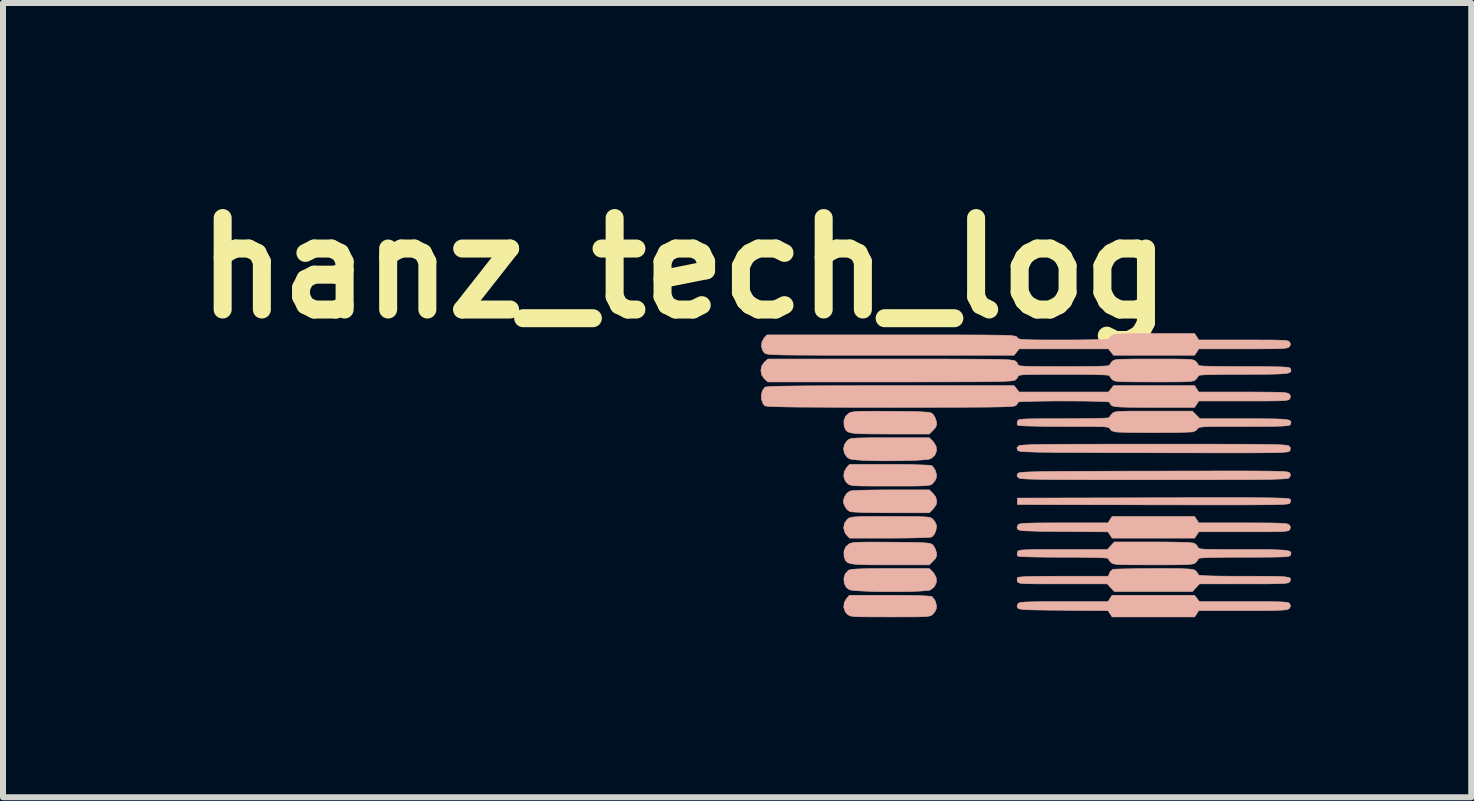
<source format=kicad_pcb>
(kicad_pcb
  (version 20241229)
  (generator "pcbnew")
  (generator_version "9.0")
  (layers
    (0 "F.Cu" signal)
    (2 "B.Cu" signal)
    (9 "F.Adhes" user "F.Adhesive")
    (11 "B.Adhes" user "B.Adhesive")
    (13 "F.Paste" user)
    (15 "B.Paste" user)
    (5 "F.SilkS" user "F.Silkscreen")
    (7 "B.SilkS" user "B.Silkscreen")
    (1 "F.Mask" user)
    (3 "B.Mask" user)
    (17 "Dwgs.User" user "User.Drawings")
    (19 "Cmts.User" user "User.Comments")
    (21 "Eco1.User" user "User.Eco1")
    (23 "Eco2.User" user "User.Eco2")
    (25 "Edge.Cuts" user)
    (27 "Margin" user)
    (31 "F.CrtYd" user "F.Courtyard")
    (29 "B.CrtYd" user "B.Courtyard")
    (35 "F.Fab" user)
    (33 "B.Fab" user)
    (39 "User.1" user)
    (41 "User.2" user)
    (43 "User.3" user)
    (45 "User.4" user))
  (footprint "hanz_tech_log"
    (layer "F.Cu")
    (at 10.609 3.737)
    (property "Reference" "hanz_tech_log" (at -2.256 -2.319 180) (layer "F.SilkS") (effects (font (size 1.524 1.524) (thickness 0.3))))
    (attr through_hole)
    (fp_poly (pts (xy 1.016 1.377) (xy 0.858 1.379) (xy 0.722 1.382) (xy 0.615 1.386) (xy 0.54 1.391) (xy 0.502 1.397) (xy 0.502 1.397) (xy 0.452 1.434) (xy 0.415 1.492) (xy 0.396 1.549) (xy 0.399 1.595) (xy 0.415 1.641) (xy 0.454 1.701) (xy 0.502 1.736) (xy 0.538 1.742) (xy 0.612 1.747) (xy 0.718 1.751) (xy 0.853 1.754) (xy 1.011 1.756) (xy 1.186 1.757) (xy 1.192 1.757) (xy 1.827 1.757) (xy 1.889 1.695) (xy 1.939 1.624) (xy 1.951 1.566) (xy 1.932 1.493) (xy 1.889 1.438) (xy 1.827 1.376) (xy 1.192 1.376) (xy 1.016 1.377)) (stroke (width 0.01) (type solid)) (fill yes) (layer "B.SilkS"))
    (fp_poly (pts (xy 0.985 2.688) (xy 0.834 2.689) (xy 0.716 2.691) (xy 0.627 2.694) (xy 0.562 2.699) (xy 0.518 2.705) (xy 0.49 2.712) (xy 0.476 2.72) (xy 0.425 2.778) (xy 0.403 2.852) (xy 0.409 2.929) (xy 0.442 2.997) (xy 0.49 3.037) (xy 0.53 3.047) (xy 0.606 3.055) (xy 0.71 3.061) (xy 0.836 3.066) (xy 0.978 3.07) (xy 1.128 3.071) (xy 1.28 3.071) (xy 1.426 3.07) (xy 1.562 3.067) (xy 1.678 3.062) (xy 1.77 3.055) (xy 1.829 3.047) (xy 1.845 3.042) (xy 1.911 2.988) (xy 1.944 2.917) (xy 1.941 2.839) (xy 1.902 2.764) (xy 1.889 2.75) (xy 1.827 2.688) (xy 1.174 2.688) (xy 0.985 2.688)) (stroke (width 0.01) (type solid)) (fill yes) (layer "B.SilkS"))
    (fp_poly (pts (xy 0.987 0.508) (xy 0.841 0.508) (xy 0.727 0.51) (xy 0.642 0.512) (xy 0.579 0.515) (xy 0.536 0.52) (xy 0.506 0.527) (xy 0.485 0.536) (xy 0.468 0.548) (xy 0.459 0.556) (xy 0.413 0.62) (xy 0.398 0.695) (xy 0.414 0.77) (xy 0.459 0.832) (xy 0.503 0.859) (xy 0.548 0.869) (xy 0.629 0.877) (xy 0.737 0.884) (xy 0.866 0.888) (xy 1.01 0.891) (xy 1.161 0.891) (xy 1.312 0.89) (xy 1.457 0.887) (xy 1.59 0.883) (xy 1.703 0.877) (xy 1.789 0.869) (xy 1.842 0.859) (xy 1.852 0.855) (xy 1.917 0.8) (xy 1.946 0.728) (xy 1.94 0.651) (xy 1.896 0.577) (xy 1.889 0.57) (xy 1.827 0.508) (xy 1.171 0.508) (xy 0.987 0.508)) (stroke (width 0.01) (type solid)) (fill yes) (layer "B.SilkS"))
    (fp_poly (pts (xy 6.624 1.506) (xy 6.354 1.506) (xy 6.048 1.507) (xy 5.703 1.508) (xy 5.563 1.508) (xy 3.295 1.513) (xy 3.295 1.619) (xy 5.552 1.625) (xy 5.917 1.625) (xy 6.243 1.626) (xy 6.53 1.626) (xy 6.782 1.626) (xy 7 1.626) (xy 7.187 1.625) (xy 7.345 1.624) (xy 7.476 1.623) (xy 7.583 1.621) (xy 7.668 1.618) (xy 7.732 1.616) (xy 7.779 1.612) (xy 7.81 1.609) (xy 7.827 1.604) (xy 7.833 1.601) (xy 7.848 1.558) (xy 7.844 1.537) (xy 7.84 1.532) (xy 7.829 1.527) (xy 7.809 1.523) (xy 7.779 1.519) (xy 7.735 1.516) (xy 7.675 1.513) (xy 7.598 1.511) (xy 7.5 1.509) (xy 7.38 1.508) (xy 7.234 1.507) (xy 7.061 1.506) (xy 6.858 1.506) (xy 6.624 1.506)) (stroke (width 0.01) (type solid)) (fill yes) (layer "B.SilkS"))
    (fp_poly (pts (xy 0.45 1.004) (xy 0.409 1.074) (xy 0.401 1.154) (xy 0.427 1.228) (xy 0.458 1.264) (xy 0.474 1.277) (xy 0.492 1.288) (xy 0.516 1.296) (xy 0.551 1.303) (xy 0.601 1.307) (xy 0.672 1.31) (xy 0.768 1.311) (xy 0.893 1.312) (xy 1.054 1.312) (xy 1.176 1.312) (xy 1.361 1.312) (xy 1.508 1.312) (xy 1.623 1.311) (xy 1.709 1.308) (xy 1.771 1.305) (xy 1.815 1.3) (xy 1.845 1.293) (xy 1.864 1.284) (xy 1.879 1.273) (xy 1.883 1.269) (xy 1.923 1.219) (xy 1.943 1.174) (xy 1.943 1.109) (xy 1.921 1.04) (xy 1.883 0.986) (xy 1.865 0.973) (xy 1.834 0.967) (xy 1.765 0.963) (xy 1.663 0.959) (xy 1.533 0.956) (xy 1.378 0.953) (xy 1.204 0.953) (xy 1.162 0.953) (xy 0.498 0.953) (xy 0.45 1.004)) (stroke (width 0.01) (type solid)) (fill yes) (layer "B.SilkS"))
    (fp_poly (pts (xy 0.45 3.184) (xy 0.409 3.255) (xy 0.401 3.334) (xy 0.427 3.408) (xy 0.458 3.444) (xy 0.474 3.458) (xy 0.492 3.468) (xy 0.516 3.477) (xy 0.551 3.483) (xy 0.601 3.487) (xy 0.672 3.49) (xy 0.768 3.491) (xy 0.893 3.492) (xy 1.054 3.492) (xy 1.176 3.493) (xy 1.361 3.492) (xy 1.508 3.492) (xy 1.623 3.491) (xy 1.709 3.489) (xy 1.771 3.485) (xy 1.815 3.48) (xy 1.845 3.473) (xy 1.864 3.464) (xy 1.879 3.453) (xy 1.883 3.45) (xy 1.923 3.399) (xy 1.943 3.354) (xy 1.943 3.289) (xy 1.921 3.22) (xy 1.883 3.166) (xy 1.865 3.153) (xy 1.834 3.148) (xy 1.765 3.143) (xy 1.663 3.139) (xy 1.533 3.136) (xy 1.378 3.134) (xy 1.204 3.133) (xy 1.162 3.133) (xy 0.498 3.133) (xy 0.45 3.184)) (stroke (width 0.01) (type solid)) (fill yes) (layer "B.SilkS"))
    (fp_poly (pts (xy 0.991 1.82) (xy 0.844 1.821) (xy 0.73 1.822) (xy 0.644 1.824) (xy 0.581 1.827) (xy 0.537 1.832) (xy 0.507 1.839) (xy 0.485 1.848) (xy 0.469 1.86) (xy 0.458 1.869) (xy 0.413 1.933) (xy 0.4 2.011) (xy 0.421 2.088) (xy 0.45 2.129) (xy 0.498 2.18) (xy 1.166 2.18) (xy 1.34 2.179) (xy 1.497 2.177) (xy 1.633 2.174) (xy 1.742 2.17) (xy 1.821 2.166) (xy 1.864 2.161) (xy 1.869 2.159) (xy 1.909 2.116) (xy 1.937 2.05) (xy 1.946 1.982) (xy 1.943 1.959) (xy 1.917 1.905) (xy 1.883 1.863) (xy 1.869 1.851) (xy 1.851 1.842) (xy 1.824 1.834) (xy 1.785 1.829) (xy 1.728 1.825) (xy 1.649 1.823) (xy 1.543 1.821) (xy 1.405 1.821) (xy 1.231 1.82) (xy 1.176 1.82) (xy 0.991 1.82)) (stroke (width 0.01) (type solid)) (fill yes) (layer "B.SilkS"))
    (fp_poly (pts (xy 0.747 0.067) (xy 0.658 0.069) (xy 0.593 0.073) (xy 0.547 0.078) (xy 0.514 0.086) (xy 0.492 0.095) (xy 0.434 0.146) (xy 0.404 0.22) (xy 0.406 0.304) (xy 0.412 0.323) (xy 0.424 0.356) (xy 0.438 0.382) (xy 0.46 0.402) (xy 0.493 0.418) (xy 0.542 0.429) (xy 0.611 0.436) (xy 0.705 0.441) (xy 0.828 0.443) (xy 0.985 0.444) (xy 1.174 0.445) (xy 1.827 0.445) (xy 1.892 0.38) (xy 1.933 0.332) (xy 1.948 0.29) (xy 1.944 0.238) (xy 1.923 0.174) (xy 1.89 0.12) (xy 1.888 0.118) (xy 1.874 0.105) (xy 1.856 0.095) (xy 1.83 0.088) (xy 1.79 0.082) (xy 1.733 0.078) (xy 1.653 0.074) (xy 1.545 0.072) (xy 1.405 0.07) (xy 1.229 0.068) (xy 1.2 0.068) (xy 1.013 0.066) (xy 0.863 0.066) (xy 0.747 0.067)) (stroke (width 0.01) (type solid)) (fill yes) (layer "B.SilkS"))
    (fp_poly (pts (xy 0.747 2.247) (xy 0.658 2.249) (xy 0.593 2.253) (xy 0.547 2.258) (xy 0.514 2.266) (xy 0.492 2.275) (xy 0.434 2.326) (xy 0.404 2.401) (xy 0.406 2.484) (xy 0.412 2.503) (xy 0.424 2.536) (xy 0.438 2.562) (xy 0.46 2.582) (xy 0.493 2.598) (xy 0.542 2.609) (xy 0.611 2.617) (xy 0.705 2.621) (xy 0.828 2.624) (xy 0.985 2.625) (xy 1.174 2.625) (xy 1.827 2.625) (xy 1.892 2.56) (xy 1.933 2.512) (xy 1.948 2.47) (xy 1.944 2.419) (xy 1.923 2.354) (xy 1.89 2.301) (xy 1.888 2.298) (xy 1.874 2.285) (xy 1.856 2.276) (xy 1.83 2.268) (xy 1.79 2.262) (xy 1.733 2.258) (xy 1.653 2.255) (xy 1.545 2.252) (xy 1.405 2.25) (xy 1.229 2.248) (xy 1.2 2.248) (xy 1.013 2.247) (xy 0.863 2.246) (xy 0.747 2.247)) (stroke (width 0.01) (type solid)) (fill yes) (layer "B.SilkS"))
    (fp_poly (pts (xy 4.838 1.873) (xy 4.804 1.926) (xy 4.068 1.926) (xy 3.869 1.926) (xy 3.709 1.927) (xy 3.583 1.928) (xy 3.486 1.931) (xy 3.415 1.934) (xy 3.365 1.938) (xy 3.333 1.944) (xy 3.314 1.952) (xy 3.304 1.96) (xy 3.288 2) (xy 3.299 2.028) (xy 3.308 2.038) (xy 3.326 2.046) (xy 3.356 2.052) (xy 3.403 2.057) (xy 3.472 2.06) (xy 3.565 2.063) (xy 3.687 2.066) (xy 3.843 2.067) (xy 4.037 2.069) (xy 4.063 2.069) (xy 4.804 2.075) (xy 4.839 2.128) (xy 4.873 2.18) (xy 6.247 2.18) (xy 6.282 2.127) (xy 6.316 2.074) (xy 7.065 2.074) (xy 7.262 2.074) (xy 7.422 2.074) (xy 7.548 2.073) (xy 7.644 2.071) (xy 7.715 2.068) (xy 7.765 2.064) (xy 7.797 2.059) (xy 7.817 2.052) (xy 7.829 2.043) (xy 7.835 2.033) (xy 7.844 1.991) (xy 7.823 1.959) (xy 7.81 1.95) (xy 7.787 1.943) (xy 7.75 1.938) (xy 7.695 1.933) (xy 7.617 1.93) (xy 7.513 1.928) (xy 7.378 1.927) (xy 7.208 1.926) (xy 7.053 1.926) (xy 6.316 1.926) (xy 6.282 1.873) (xy 6.247 1.82) (xy 4.873 1.82) (xy 4.838 1.873)) (stroke (width 0.01) (type solid)) (fill yes) (layer "B.SilkS"))
    (fp_poly (pts (xy 4.838 3.186) (xy 4.804 3.239) (xy 4.068 3.239) (xy 3.869 3.239) (xy 3.709 3.239) (xy 3.583 3.241) (xy 3.486 3.243) (xy 3.415 3.246) (xy 3.365 3.251) (xy 3.333 3.257) (xy 3.314 3.264) (xy 3.304 3.272) (xy 3.288 3.313) (xy 3.299 3.341) (xy 3.308 3.35) (xy 3.326 3.358) (xy 3.356 3.364) (xy 3.403 3.369) (xy 3.472 3.373) (xy 3.565 3.376) (xy 3.687 3.378) (xy 3.843 3.38) (xy 4.037 3.381) (xy 4.063 3.382) (xy 4.804 3.387) (xy 4.839 3.44) (xy 4.873 3.493) (xy 6.247 3.493) (xy 6.282 3.44) (xy 6.316 3.387) (xy 7.053 3.387) (xy 7.252 3.386) (xy 7.413 3.386) (xy 7.541 3.384) (xy 7.638 3.382) (xy 7.71 3.379) (xy 7.76 3.374) (xy 7.794 3.368) (xy 7.814 3.36) (xy 7.823 3.353) (xy 7.845 3.315) (xy 7.835 3.279) (xy 7.827 3.269) (xy 7.815 3.26) (xy 7.793 3.253) (xy 7.759 3.248) (xy 7.706 3.244) (xy 7.632 3.241) (xy 7.531 3.24) (xy 7.4 3.239) (xy 7.235 3.239) (xy 7.071 3.239) (xy 6.328 3.239) (xy 6.287 3.186) (xy 6.245 3.133) (xy 4.873 3.133) (xy 4.838 3.186)) (stroke (width 0.01) (type solid)) (fill yes) (layer "B.SilkS"))
    (fp_poly (pts (xy 5.213 0.614) (xy 4.892 0.614) (xy 4.609 0.615) (xy 4.362 0.615) (xy 4.147 0.616) (xy 3.964 0.617) (xy 3.809 0.619) (xy 3.68 0.62) (xy 3.575 0.622) (xy 3.491 0.625) (xy 3.427 0.628) (xy 3.379 0.631) (xy 3.346 0.635) (xy 3.325 0.64) (xy 3.315 0.644) (xy 3.287 0.675) (xy 3.295 0.709) (xy 3.298 0.713) (xy 3.303 0.719) (xy 3.312 0.725) (xy 3.328 0.729) (xy 3.353 0.734) (xy 3.389 0.737) (xy 3.439 0.741) (xy 3.505 0.743) (xy 3.589 0.746) (xy 3.694 0.748) (xy 3.823 0.749) (xy 3.977 0.751) (xy 4.159 0.752) (xy 4.372 0.753) (xy 4.617 0.754) (xy 4.898 0.755) (xy 5.216 0.756) (xy 5.567 0.757) (xy 5.924 0.758) (xy 6.241 0.758) (xy 6.52 0.759) (xy 6.765 0.759) (xy 6.976 0.759) (xy 7.158 0.759) (xy 7.311 0.758) (xy 7.439 0.757) (xy 7.543 0.756) (xy 7.627 0.754) (xy 7.692 0.751) (xy 7.742 0.748) (xy 7.778 0.745) (xy 7.802 0.741) (xy 7.818 0.736) (xy 7.827 0.731) (xy 7.833 0.724) (xy 7.835 0.721) (xy 7.844 0.679) (xy 7.823 0.647) (xy 7.815 0.642) (xy 7.799 0.637) (xy 7.773 0.633) (xy 7.736 0.629) (xy 7.684 0.626) (xy 7.615 0.623) (xy 7.527 0.621) (xy 7.417 0.619) (xy 7.284 0.618) (xy 7.124 0.616) (xy 6.935 0.615) (xy 6.716 0.615) (xy 6.463 0.614) (xy 6.174 0.614) (xy 5.847 0.614) (xy 5.573 0.614) (xy 5.213 0.614)) (stroke (width 0.01) (type solid)) (fill yes) (layer "B.SilkS"))
    (fp_poly (pts (xy 6.644 1.061) (xy 6.382 1.062) (xy 6.083 1.062) (xy 5.746 1.063) (xy 5.567 1.064) (xy 5.209 1.064) (xy 4.892 1.065) (xy 4.612 1.066) (xy 4.367 1.067) (xy 4.155 1.068) (xy 3.974 1.069) (xy 3.82 1.071) (xy 3.692 1.073) (xy 3.587 1.075) (xy 3.503 1.077) (xy 3.438 1.08) (xy 3.388 1.083) (xy 3.352 1.087) (xy 3.328 1.091) (xy 3.312 1.096) (xy 3.303 1.101) (xy 3.298 1.107) (xy 3.287 1.142) (xy 3.31 1.172) (xy 3.315 1.176) (xy 3.327 1.181) (xy 3.348 1.185) (xy 3.382 1.189) (xy 3.431 1.193) (xy 3.496 1.196) (xy 3.582 1.198) (xy 3.688 1.2) (xy 3.819 1.202) (xy 3.976 1.203) (xy 4.162 1.204) (xy 4.379 1.205) (xy 4.629 1.206) (xy 4.914 1.206) (xy 5.238 1.206) (xy 5.573 1.206) (xy 5.931 1.206) (xy 6.248 1.206) (xy 6.528 1.206) (xy 6.772 1.205) (xy 6.984 1.205) (xy 7.165 1.204) (xy 7.319 1.202) (xy 7.446 1.201) (xy 7.55 1.199) (xy 7.633 1.196) (xy 7.698 1.194) (xy 7.746 1.19) (xy 7.781 1.187) (xy 7.804 1.182) (xy 7.817 1.177) (xy 7.823 1.173) (xy 7.845 1.135) (xy 7.835 1.099) (xy 7.83 1.093) (xy 7.823 1.087) (xy 7.811 1.082) (xy 7.791 1.077) (xy 7.761 1.074) (xy 7.718 1.07) (xy 7.661 1.068) (xy 7.586 1.066) (xy 7.492 1.064) (xy 7.376 1.063) (xy 7.236 1.062) (xy 7.068 1.061) (xy 6.872 1.061) (xy 6.644 1.061)) (stroke (width 0.01) (type solid)) (fill yes) (layer "B.SilkS"))
    (fp_poly (pts (xy 5.409 2.689) (xy 5.258 2.69) (xy 5.125 2.692) (xy 5.016 2.694) (xy 4.936 2.697) (xy 4.89 2.7) (xy 4.883 2.702) (xy 4.848 2.731) (xy 4.829 2.765) (xy 4.81 2.815) (xy 4.059 2.815) (xy 3.84 2.816) (xy 3.656 2.818) (xy 3.508 2.82) (xy 3.397 2.824) (xy 3.326 2.83) (xy 3.296 2.836) (xy 3.295 2.837) (xy 3.29 2.872) (xy 3.295 2.9) (xy 3.3 2.911) (xy 3.31 2.92) (xy 3.328 2.927) (xy 3.359 2.933) (xy 3.408 2.937) (xy 3.478 2.939) (xy 3.573 2.941) (xy 3.699 2.942) (xy 3.858 2.942) (xy 4.05 2.942) (xy 4.792 2.942) (xy 4.91 3.069) (xy 6.21 3.069) (xy 6.328 2.942) (xy 7.071 2.942) (xy 7.268 2.942) (xy 7.428 2.942) (xy 7.553 2.94) (xy 7.649 2.938) (xy 7.719 2.936) (xy 7.768 2.931) (xy 7.8 2.926) (xy 7.819 2.919) (xy 7.829 2.91) (xy 7.832 2.905) (xy 7.843 2.882) (xy 7.847 2.864) (xy 7.84 2.849) (xy 7.82 2.837) (xy 7.781 2.829) (xy 7.721 2.823) (xy 7.636 2.819) (xy 7.521 2.817) (xy 7.374 2.816) (xy 7.19 2.815) (xy 7.072 2.815) (xy 6.85 2.815) (xy 6.664 2.813) (xy 6.517 2.81) (xy 6.408 2.806) (xy 6.34 2.801) (xy 6.312 2.795) (xy 6.311 2.794) (xy 6.298 2.765) (xy 6.269 2.731) (xy 6.256 2.719) (xy 6.238 2.709) (xy 6.212 2.702) (xy 6.172 2.697) (xy 6.115 2.693) (xy 6.035 2.69) (xy 5.927 2.689) (xy 5.787 2.688) (xy 5.611 2.688) (xy 5.572 2.688) (xy 5.409 2.689)) (stroke (width 0.01) (type solid)) (fill yes) (layer "B.SilkS"))
    (fp_poly (pts (xy 5.379 0.064) (xy 5.234 0.064) (xy 5.121 0.065) (xy 5.037 0.068) (xy 4.976 0.071) (xy 4.934 0.076) (xy 4.907 0.083) (xy 4.888 0.092) (xy 4.874 0.104) (xy 4.872 0.106) (xy 4.841 0.144) (xy 4.83 0.169) (xy 4.809 0.176) (xy 4.747 0.181) (xy 4.644 0.185) (xy 4.503 0.188) (xy 4.323 0.19) (xy 4.107 0.19) (xy 4.069 0.191) (xy 3.87 0.191) (xy 3.709 0.191) (xy 3.581 0.192) (xy 3.484 0.193) (xy 3.413 0.196) (xy 3.363 0.2) (xy 3.33 0.205) (xy 3.311 0.212) (xy 3.301 0.221) (xy 3.296 0.231) (xy 3.295 0.233) (xy 3.29 0.277) (xy 3.295 0.296) (xy 3.32 0.302) (xy 3.386 0.308) (xy 3.491 0.312) (xy 3.635 0.315) (xy 3.815 0.317) (xy 4.03 0.317) (xy 4.067 0.318) (xy 4.266 0.318) (xy 4.427 0.318) (xy 4.554 0.319) (xy 4.651 0.321) (xy 4.723 0.323) (xy 4.772 0.327) (xy 4.804 0.333) (xy 4.823 0.339) (xy 4.832 0.348) (xy 4.835 0.357) (xy 4.866 0.391) (xy 4.928 0.409) (xy 4.969 0.413) (xy 5.046 0.415) (xy 5.151 0.417) (xy 5.277 0.419) (xy 5.418 0.42) (xy 5.565 0.42) (xy 5.713 0.42) (xy 5.855 0.419) (xy 5.983 0.417) (xy 6.091 0.415) (xy 6.171 0.412) (xy 6.218 0.409) (xy 6.222 0.408) (xy 6.272 0.384) (xy 6.296 0.358) (xy 6.305 0.348) (xy 6.318 0.339) (xy 6.34 0.332) (xy 6.376 0.327) (xy 6.429 0.323) (xy 6.503 0.32) (xy 6.604 0.319) (xy 6.735 0.318) (xy 6.9 0.318) (xy 7.076 0.318) (xy 7.276 0.317) (xy 7.438 0.317) (xy 7.566 0.316) (xy 7.664 0.314) (xy 7.735 0.311) (xy 7.785 0.306) (xy 7.817 0.301) (xy 7.835 0.294) (xy 7.843 0.285) (xy 7.844 0.283) (xy 7.852 0.259) (xy 7.851 0.24) (xy 7.84 0.225) (xy 7.814 0.213) (xy 7.768 0.204) (xy 7.7 0.198) (xy 7.606 0.194) (xy 7.481 0.192) (xy 7.323 0.191) (xy 7.127 0.191) (xy 7.073 0.191) (xy 6.336 0.191) (xy 6.209 0.064) (xy 5.562 0.064) (xy 5.379 0.064)) (stroke (width 0.01) (type solid)) (fill yes) (layer "B.SilkS"))
    (fp_poly (pts (xy 4.792 2.371) (xy 4.05 2.371) (xy 3.854 2.371) (xy 3.695 2.371) (xy 3.57 2.372) (xy 3.476 2.374) (xy 3.406 2.376) (xy 3.358 2.38) (xy 3.327 2.386) (xy 3.309 2.393) (xy 3.3 2.402) (xy 3.295 2.413) (xy 3.29 2.457) (xy 3.295 2.476) (xy 3.32 2.483) (xy 3.386 2.488) (xy 3.491 2.492) (xy 3.635 2.495) (xy 3.814 2.497) (xy 4.029 2.498) (xy 4.058 2.498) (xy 4.279 2.498) (xy 4.462 2.5) (xy 4.608 2.503) (xy 4.715 2.507) (xy 4.782 2.512) (xy 4.808 2.518) (xy 4.809 2.519) (xy 4.822 2.548) (xy 4.851 2.582) (xy 4.865 2.594) (xy 4.882 2.604) (xy 4.908 2.611) (xy 4.947 2.616) (xy 5.004 2.62) (xy 5.083 2.622) (xy 5.19 2.624) (xy 5.328 2.624) (xy 5.503 2.625) (xy 5.56 2.625) (xy 5.746 2.625) (xy 5.894 2.624) (xy 6.009 2.623) (xy 6.096 2.621) (xy 6.159 2.617) (xy 6.203 2.612) (xy 6.232 2.606) (xy 6.251 2.597) (xy 6.265 2.586) (xy 6.269 2.582) (xy 6.3 2.544) (xy 6.311 2.519) (xy 6.332 2.513) (xy 6.395 2.507) (xy 6.497 2.503) (xy 6.638 2.5) (xy 6.818 2.498) (xy 7.034 2.498) (xy 7.071 2.498) (xy 7.272 2.498) (xy 7.435 2.497) (xy 7.563 2.496) (xy 7.661 2.494) (xy 7.733 2.491) (xy 7.784 2.487) (xy 7.816 2.481) (xy 7.834 2.474) (xy 7.843 2.466) (xy 7.844 2.463) (xy 7.852 2.44) (xy 7.852 2.421) (xy 7.84 2.405) (xy 7.814 2.394) (xy 7.769 2.385) (xy 7.702 2.379) (xy 7.609 2.375) (xy 7.486 2.372) (xy 7.329 2.371) (xy 7.135 2.371) (xy 7.062 2.371) (xy 6.864 2.371) (xy 6.705 2.37) (xy 6.58 2.369) (xy 6.484 2.368) (xy 6.414 2.365) (xy 6.365 2.361) (xy 6.334 2.356) (xy 6.316 2.349) (xy 6.306 2.34) (xy 6.301 2.329) (xy 6.301 2.327) (xy 6.271 2.287) (xy 6.234 2.264) (xy 6.2 2.259) (xy 6.13 2.254) (xy 6.028 2.25) (xy 5.902 2.247) (xy 5.756 2.245) (xy 5.597 2.244) (xy 5.546 2.244) (xy 4.91 2.244) (xy 4.792 2.371)) (stroke (width 0.01) (type solid)) (fill yes) (layer "B.SilkS"))
    (fp_poly (pts (xy 5.382 -1.227) (xy 5.23 -1.227) (xy 5.111 -1.225) (xy 5.021 -1.222) (xy 4.957 -1.219) (xy 4.912 -1.213) (xy 4.884 -1.207) (xy 4.867 -1.198) (xy 4.863 -1.194) (xy 4.836 -1.16) (xy 4.83 -1.141) (xy 4.809 -1.136) (xy 4.75 -1.132) (xy 4.654 -1.128) (xy 4.527 -1.125) (xy 4.37 -1.123) (xy 4.188 -1.122) (xy 4.073 -1.122) (xy 3.874 -1.122) (xy 3.713 -1.122) (xy 3.586 -1.123) (xy 3.489 -1.125) (xy 3.417 -1.128) (xy 3.366 -1.131) (xy 3.332 -1.137) (xy 3.311 -1.144) (xy 3.298 -1.153) (xy 3.29 -1.164) (xy 3.29 -1.164) (xy 3.285 -1.171) (xy 3.277 -1.177) (xy 3.265 -1.183) (xy 3.245 -1.187) (xy 3.215 -1.191) (xy 3.173 -1.195) (xy 3.116 -1.198) (xy 3.041 -1.2) (xy 2.946 -1.202) (xy 2.829 -1.203) (xy 2.687 -1.205) (xy 2.518 -1.205) (xy 2.318 -1.206) (xy 2.086 -1.206) (xy 1.819 -1.206) (xy 1.515 -1.206) (xy 1.193 -1.206) (xy -0.878 -1.206) (xy -0.924 -1.158) (xy -0.962 -1.091) (xy -0.97 -1.014) (xy -0.948 -0.943) (xy -0.924 -0.911) (xy -0.915 -0.904) (xy -0.905 -0.898) (xy -0.89 -0.892) (xy -0.869 -0.887) (xy -0.838 -0.883) (xy -0.795 -0.88) (xy -0.737 -0.877) (xy -0.662 -0.874) (xy -0.567 -0.872) (xy -0.45 -0.871) (xy -0.309 -0.87) (xy -0.14 -0.869) (xy 0.058 -0.868) (xy 0.289 -0.868) (xy 0.555 -0.868) (xy 0.858 -0.868) (xy 1.181 -0.868) (xy 3.239 -0.868) (xy 3.323 -0.974) (xy 4.813 -0.974) (xy 4.896 -0.868) (xy 6.247 -0.868) (xy 6.282 -0.921) (xy 6.316 -0.974) (xy 7.053 -0.974) (xy 7.252 -0.974) (xy 7.413 -0.975) (xy 7.541 -0.976) (xy 7.638 -0.978) (xy 7.71 -0.982) (xy 7.76 -0.986) (xy 7.794 -0.992) (xy 7.814 -1) (xy 7.823 -1.007) (xy 7.845 -1.045) (xy 7.835 -1.081) (xy 7.827 -1.092) (xy 7.815 -1.1) (xy 7.794 -1.107) (xy 7.759 -1.113) (xy 7.707 -1.116) (xy 7.633 -1.119) (xy 7.532 -1.121) (xy 7.402 -1.121) (xy 7.237 -1.122) (xy 7.065 -1.122) (xy 6.316 -1.122) (xy 6.282 -1.175) (xy 6.247 -1.228) (xy 5.572 -1.228) (xy 5.382 -1.227)) (stroke (width 0.01) (type solid)) (fill yes) (layer "B.SilkS"))
    (fp_poly (pts (xy 4.855 -0.307) (xy 4.813 -0.254) (xy 3.323 -0.254) (xy 3.281 -0.307) (xy 3.239 -0.36) (xy 1.181 -0.36) (xy 0.825 -0.36) (xy 0.508 -0.359) (xy 0.23 -0.359) (xy -0.012 -0.358) (xy -0.22 -0.357) (xy -0.396 -0.355) (xy -0.543 -0.353) (xy -0.662 -0.351) (xy -0.755 -0.348) (xy -0.825 -0.345) (xy -0.873 -0.341) (xy -0.902 -0.337) (xy -0.913 -0.333) (xy -0.953 -0.28) (xy -0.972 -0.206) (xy -0.968 -0.127) (xy -0.943 -0.059) (xy -0.913 -0.026) (xy -0.899 -0.022) (xy -0.866 -0.018) (xy -0.815 -0.014) (xy -0.741 -0.011) (xy -0.644 -0.009) (xy -0.52 -0.006) (xy -0.369 -0.004) (xy -0.188 -0.003) (xy 0.026 -0.002) (xy 0.274 -0.001) (xy 0.558 -0.000378) (xy 0.881 -0.000075) (xy 1.181 0) (xy 1.525 -0.000052) (xy 1.829 -0.000234) (xy 2.095 -0.001) (xy 2.326 -0.001) (xy 2.525 -0.002) (xy 2.694 -0.003) (xy 2.836 -0.004) (xy 2.952 -0.006) (xy 3.046 -0.008) (xy 3.119 -0.011) (xy 3.175 -0.014) (xy 3.216 -0.018) (xy 3.244 -0.022) (xy 3.262 -0.027) (xy 3.271 -0.032) (xy 3.273 -0.033) (xy 3.299 -0.068) (xy 3.306 -0.086) (xy 3.326 -0.091) (xy 3.386 -0.096) (xy 3.481 -0.099) (xy 3.609 -0.102) (xy 3.766 -0.104) (xy 3.948 -0.106) (xy 4.068 -0.106) (xy 4.264 -0.105) (xy 4.436 -0.104) (xy 4.582 -0.101) (xy 4.697 -0.098) (xy 4.778 -0.094) (xy 4.822 -0.089) (xy 4.83 -0.086) (xy 4.843 -0.057) (xy 4.863 -0.033) (xy 4.877 -0.024) (xy 4.901 -0.016) (xy 4.939 -0.011) (xy 4.996 -0.006) (xy 5.077 -0.003) (xy 5.185 -0.001) (xy 5.325 -0.00043) (xy 5.501 -0.000025) (xy 5.572 0) (xy 6.247 0) (xy 6.282 -0.053) (xy 6.316 -0.106) (xy 7.065 -0.106) (xy 7.262 -0.106) (xy 7.422 -0.106) (xy 7.548 -0.107) (xy 7.644 -0.109) (xy 7.715 -0.112) (xy 7.765 -0.116) (xy 7.797 -0.121) (xy 7.817 -0.128) (xy 7.829 -0.137) (xy 7.835 -0.147) (xy 7.844 -0.189) (xy 7.823 -0.221) (xy 7.81 -0.23) (xy 7.787 -0.237) (xy 7.75 -0.243) (xy 7.695 -0.247) (xy 7.617 -0.25) (xy 7.513 -0.252) (xy 7.378 -0.253) (xy 7.208 -0.254) (xy 7.053 -0.254) (xy 6.316 -0.254) (xy 6.282 -0.307) (xy 6.247 -0.36) (xy 4.896 -0.36) (xy 4.855 -0.307)) (stroke (width 0.01) (type solid)) (fill yes) (layer "B.SilkS"))
    (fp_poly (pts (xy -0.919 -0.755) (xy -0.965 -0.69) (xy -0.98 -0.611) (xy -0.963 -0.533) (xy -0.919 -0.472) (xy -0.862 -0.423) (xy 1.175 -0.423) (xy 1.517 -0.423) (xy 1.82 -0.424) (xy 2.085 -0.424) (xy 2.315 -0.425) (xy 2.513 -0.425) (xy 2.681 -0.427) (xy 2.822 -0.428) (xy 2.938 -0.43) (xy 3.031 -0.432) (xy 3.104 -0.435) (xy 3.16 -0.438) (xy 3.201 -0.442) (xy 3.23 -0.446) (xy 3.248 -0.451) (xy 3.259 -0.456) (xy 3.294 -0.491) (xy 3.306 -0.52) (xy 3.311 -0.528) (xy 3.329 -0.534) (xy 3.363 -0.54) (xy 3.417 -0.544) (xy 3.496 -0.547) (xy 3.603 -0.548) (xy 3.741 -0.55) (xy 3.916 -0.55) (xy 4.068 -0.55) (xy 4.29 -0.55) (xy 4.476 -0.548) (xy 4.624 -0.545) (xy 4.732 -0.541) (xy 4.801 -0.536) (xy 4.829 -0.53) (xy 4.83 -0.529) (xy 4.843 -0.5) (xy 4.872 -0.466) (xy 4.886 -0.454) (xy 4.903 -0.444) (xy 4.929 -0.437) (xy 4.969 -0.432) (xy 5.026 -0.428) (xy 5.106 -0.426) (xy 5.214 -0.424) (xy 5.353 -0.424) (xy 5.529 -0.423) (xy 5.571 -0.423) (xy 5.755 -0.423) (xy 5.902 -0.424) (xy 6.015 -0.425) (xy 6.1 -0.427) (xy 6.162 -0.431) (xy 6.205 -0.436) (xy 6.233 -0.443) (xy 6.252 -0.452) (xy 6.266 -0.463) (xy 6.269 -0.466) (xy 6.3 -0.504) (xy 6.311 -0.529) (xy 6.332 -0.535) (xy 6.395 -0.541) (xy 6.497 -0.545) (xy 6.638 -0.548) (xy 6.817 -0.55) (xy 7.033 -0.55) (xy 7.06 -0.55) (xy 7.268 -0.551) (xy 7.437 -0.551) (xy 7.571 -0.553) (xy 7.674 -0.557) (xy 7.749 -0.562) (xy 7.801 -0.57) (xy 7.833 -0.581) (xy 7.849 -0.595) (xy 7.853 -0.612) (xy 7.847 -0.634) (xy 7.844 -0.643) (xy 7.837 -0.652) (xy 7.822 -0.659) (xy 7.793 -0.665) (xy 7.748 -0.67) (xy 7.681 -0.673) (xy 7.59 -0.675) (xy 7.469 -0.676) (xy 7.315 -0.677) (xy 7.124 -0.677) (xy 7.071 -0.677) (xy 6.849 -0.678) (xy 6.664 -0.68) (xy 6.517 -0.683) (xy 6.408 -0.686) (xy 6.34 -0.691) (xy 6.312 -0.697) (xy 6.311 -0.699) (xy 6.298 -0.728) (xy 6.269 -0.762) (xy 6.256 -0.774) (xy 6.238 -0.783) (xy 6.212 -0.791) (xy 6.172 -0.796) (xy 6.115 -0.8) (xy 6.035 -0.802) (xy 5.927 -0.804) (xy 5.788 -0.804) (xy 5.612 -0.804) (xy 5.571 -0.804) (xy 5.386 -0.804) (xy 5.24 -0.804) (xy 5.126 -0.802) (xy 5.041 -0.8) (xy 4.979 -0.797) (xy 4.936 -0.792) (xy 4.908 -0.785) (xy 4.889 -0.776) (xy 4.875 -0.765) (xy 4.872 -0.762) (xy 4.841 -0.724) (xy 4.83 -0.699) (xy 4.809 -0.692) (xy 4.747 -0.687) (xy 4.644 -0.683) (xy 4.503 -0.68) (xy 4.323 -0.678) (xy 4.107 -0.677) (xy 4.068 -0.677) (xy 3.865 -0.678) (xy 3.701 -0.678) (xy 3.571 -0.68) (xy 3.472 -0.682) (xy 3.4 -0.685) (xy 3.352 -0.689) (xy 3.322 -0.695) (xy 3.308 -0.702) (xy 3.306 -0.708) (xy 3.29 -0.742) (xy 3.259 -0.771) (xy 3.247 -0.777) (xy 3.228 -0.782) (xy 3.199 -0.786) (xy 3.158 -0.79) (xy 3.101 -0.793) (xy 3.027 -0.796) (xy 2.932 -0.798) (xy 2.815 -0.8) (xy 2.673 -0.801) (xy 2.504 -0.802) (xy 2.304 -0.803) (xy 2.072 -0.804) (xy 1.805 -0.804) (xy 1.5 -0.804) (xy 1.175 -0.804) (xy -0.862 -0.804) (xy -0.919 -0.755)) (stroke (width 0.01) (type solid)) (fill yes) (layer "B.SilkS")))
  (gr_rect
    (start -3 -3)
    (end 21.466 10.235)
    (stroke (width 0.1) (type default))
    (fill no)
    (layer "Edge.Cuts")))
</source>
